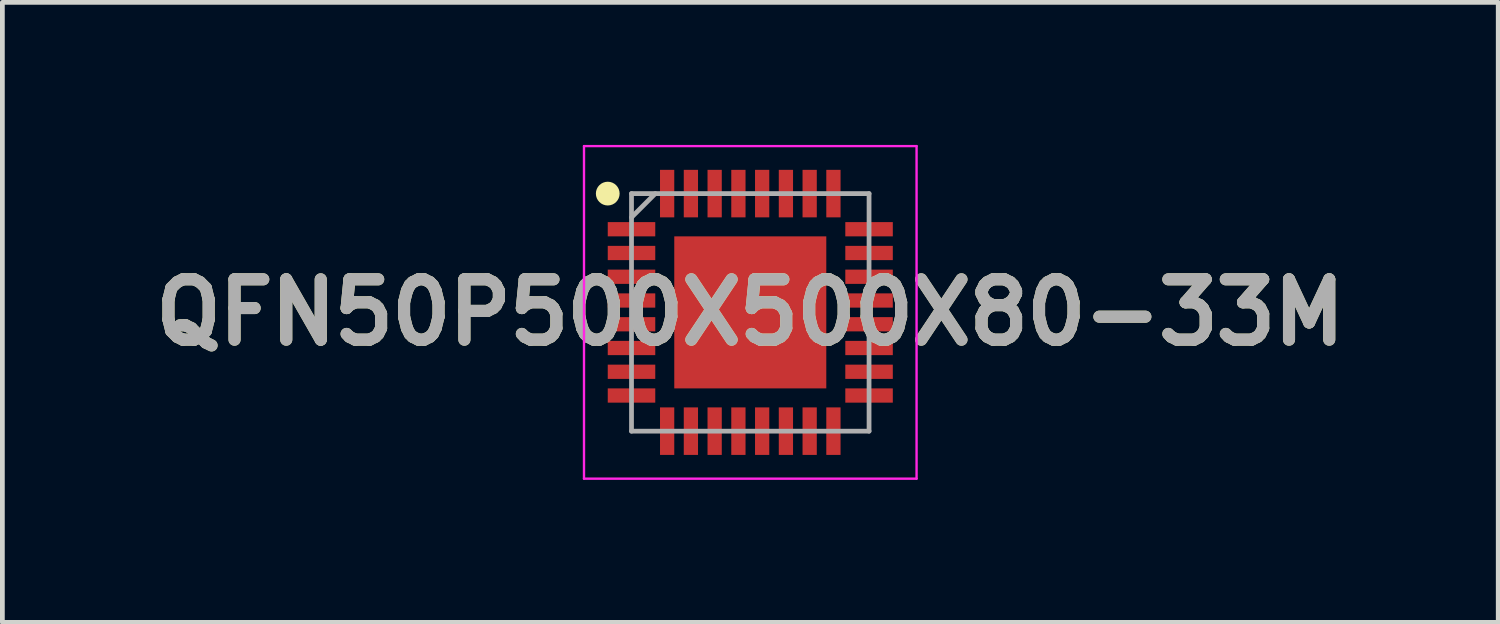
<source format=kicad_pcb>
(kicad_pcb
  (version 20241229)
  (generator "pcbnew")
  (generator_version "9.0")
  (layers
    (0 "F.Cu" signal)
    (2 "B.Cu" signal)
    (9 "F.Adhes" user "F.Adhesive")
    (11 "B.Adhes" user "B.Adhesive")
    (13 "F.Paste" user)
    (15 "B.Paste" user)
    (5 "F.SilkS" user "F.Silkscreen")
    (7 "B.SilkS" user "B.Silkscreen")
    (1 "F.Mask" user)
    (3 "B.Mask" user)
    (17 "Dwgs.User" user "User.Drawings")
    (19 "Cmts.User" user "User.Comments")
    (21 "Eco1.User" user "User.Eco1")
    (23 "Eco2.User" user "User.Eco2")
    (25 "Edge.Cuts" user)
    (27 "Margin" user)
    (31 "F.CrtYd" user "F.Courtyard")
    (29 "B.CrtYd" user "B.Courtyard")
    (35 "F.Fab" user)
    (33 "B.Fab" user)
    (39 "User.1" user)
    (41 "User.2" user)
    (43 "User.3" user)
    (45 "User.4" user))
  (footprint "QFN50P500X500X80-33M"
    (layer "F.Cu")
    (at 12.742 3.525)
    (property "Reference" "QFN50P500X500X80-33M" (at 0 0 0) (layer "F.SilkS") (effects (font (size 1.27 1.27) (thickness 0.254))))
    (attr smd)
    (fp_circle (center -3 -2.5) (end -3 -2.375) (stroke (width 0.25) (type solid)) (fill no) (layer "F.SilkS"))
    (fp_line (start -3.5 -3.5) (end 3.5 -3.5) (stroke (width 0.05) (type solid)) (layer "F.CrtYd"))
    (fp_line (start -3.5 3.5) (end -3.5 -3.5) (stroke (width 0.05) (type solid)) (layer "F.CrtYd"))
    (fp_line (start 3.5 -3.5) (end 3.5 3.5) (stroke (width 0.05) (type solid)) (layer "F.CrtYd"))
    (fp_line (start 3.5 3.5) (end -3.5 3.5) (stroke (width 0.05) (type solid)) (layer "F.CrtYd"))
    (fp_line (start -2.5 -2.5) (end 2.5 -2.5) (stroke (width 0.1) (type solid)) (layer "F.Fab"))
    (fp_line (start -2.5 -2) (end -2 -2.5) (stroke (width 0.1) (type solid)) (layer "F.Fab"))
    (fp_line (start -2.5 2.5) (end -2.5 -2.5) (stroke (width 0.1) (type solid)) (layer "F.Fab"))
    (fp_line (start 2.5 -2.5) (end 2.5 2.5) (stroke (width 0.1) (type solid)) (layer "F.Fab"))
    (fp_line (start 2.5 2.5) (end -2.5 2.5) (stroke (width 0.1) (type solid)) (layer "F.Fab"))
    (fp_text user "${REFERENCE}" (at 0 0 0) (layer "F.Fab") (effects (font (size 1.27 1.27) (thickness 0.254))))
    (pad "1" smd rect (at -2.5 -1.75 90) (size 0.3 1) (layers "F.Cu" "F.Mask" "F.Paste"))
    (pad "2" smd rect (at -2.5 -1.25 90) (size 0.3 1) (layers "F.Cu" "F.Mask" "F.Paste"))
    (pad "3" smd rect (at -2.5 -0.75 90) (size 0.3 1) (layers "F.Cu" "F.Mask" "F.Paste"))
    (pad "4" smd rect (at -2.5 -0.25 90) (size 0.3 1) (layers "F.Cu" "F.Mask" "F.Paste"))
    (pad "5" smd rect (at -2.5 0.25 90) (size 0.3 1) (layers "F.Cu" "F.Mask" "F.Paste"))
    (pad "6" smd rect (at -2.5 0.75 90) (size 0.3 1) (layers "F.Cu" "F.Mask" "F.Paste"))
    (pad "7" smd rect (at -2.5 1.25 90) (size 0.3 1) (layers "F.Cu" "F.Mask" "F.Paste"))
    (pad "8" smd rect (at -2.5 1.75 90) (size 0.3 1) (layers "F.Cu" "F.Mask" "F.Paste"))
    (pad "9" smd rect (at -1.75 2.5) (size 0.3 1) (layers "F.Cu" "F.Mask" "F.Paste"))
    (pad "10" smd rect (at -1.25 2.5) (size 0.3 1) (layers "F.Cu" "F.Mask" "F.Paste"))
    (pad "11" smd rect (at -0.75 2.5) (size 0.3 1) (layers "F.Cu" "F.Mask" "F.Paste"))
    (pad "12" smd rect (at -0.25 2.5) (size 0.3 1) (layers "F.Cu" "F.Mask" "F.Paste"))
    (pad "13" smd rect (at 0.25 2.5) (size 0.3 1) (layers "F.Cu" "F.Mask" "F.Paste"))
    (pad "14" smd rect (at 0.75 2.5) (size 0.3 1) (layers "F.Cu" "F.Mask" "F.Paste"))
    (pad "15" smd rect (at 1.25 2.5) (size 0.3 1) (layers "F.Cu" "F.Mask" "F.Paste"))
    (pad "16" smd rect (at 1.75 2.5) (size 0.3 1) (layers "F.Cu" "F.Mask" "F.Paste"))
    (pad "17" smd rect (at 2.5 1.75 90) (size 0.3 1) (layers "F.Cu" "F.Mask" "F.Paste"))
    (pad "18" smd rect (at 2.5 1.25 90) (size 0.3 1) (layers "F.Cu" "F.Mask" "F.Paste"))
    (pad "19" smd rect (at 2.5 0.75 90) (size 0.3 1) (layers "F.Cu" "F.Mask" "F.Paste"))
    (pad "20" smd rect (at 2.5 0.25 90) (size 0.3 1) (layers "F.Cu" "F.Mask" "F.Paste"))
    (pad "21" smd rect (at 2.5 -0.25 90) (size 0.3 1) (layers "F.Cu" "F.Mask" "F.Paste"))
    (pad "22" smd rect (at 2.5 -0.75 90) (size 0.3 1) (layers "F.Cu" "F.Mask" "F.Paste"))
    (pad "23" smd rect (at 2.5 -1.25 90) (size 0.3 1) (layers "F.Cu" "F.Mask" "F.Paste"))
    (pad "24" smd rect (at 2.5 -1.75 90) (size 0.3 1) (layers "F.Cu" "F.Mask" "F.Paste"))
    (pad "25" smd rect (at 1.75 -2.5) (size 0.3 1) (layers "F.Cu" "F.Mask" "F.Paste"))
    (pad "26" smd rect (at 1.25 -2.5) (size 0.3 1) (layers "F.Cu" "F.Mask" "F.Paste"))
    (pad "27" smd rect (at 0.75 -2.5) (size 0.3 1) (layers "F.Cu" "F.Mask" "F.Paste"))
    (pad "28" smd rect (at 0.25 -2.5) (size 0.3 1) (layers "F.Cu" "F.Mask" "F.Paste"))
    (pad "29" smd rect (at -0.25 -2.5) (size 0.3 1) (layers "F.Cu" "F.Mask" "F.Paste"))
    (pad "30" smd rect (at -0.75 -2.5) (size 0.3 1) (layers "F.Cu" "F.Mask" "F.Paste"))
    (pad "31" smd rect (at -1.25 -2.5) (size 0.3 1) (layers "F.Cu" "F.Mask" "F.Paste"))
    (pad "32" smd rect (at -1.75 -2.5) (size 0.3 1) (layers "F.Cu" "F.Mask" "F.Paste"))
    (pad "33" smd rect (at 0 0) (size 3.2 3.2) (layers "F.Cu" "F.Mask" "F.Paste")))
  (gr_rect
    (start -3 -3)
    (end 28.485 10.05)
    (stroke (width 0.1) (type default))
    (fill no)
    (layer "Edge.Cuts")))
</source>
